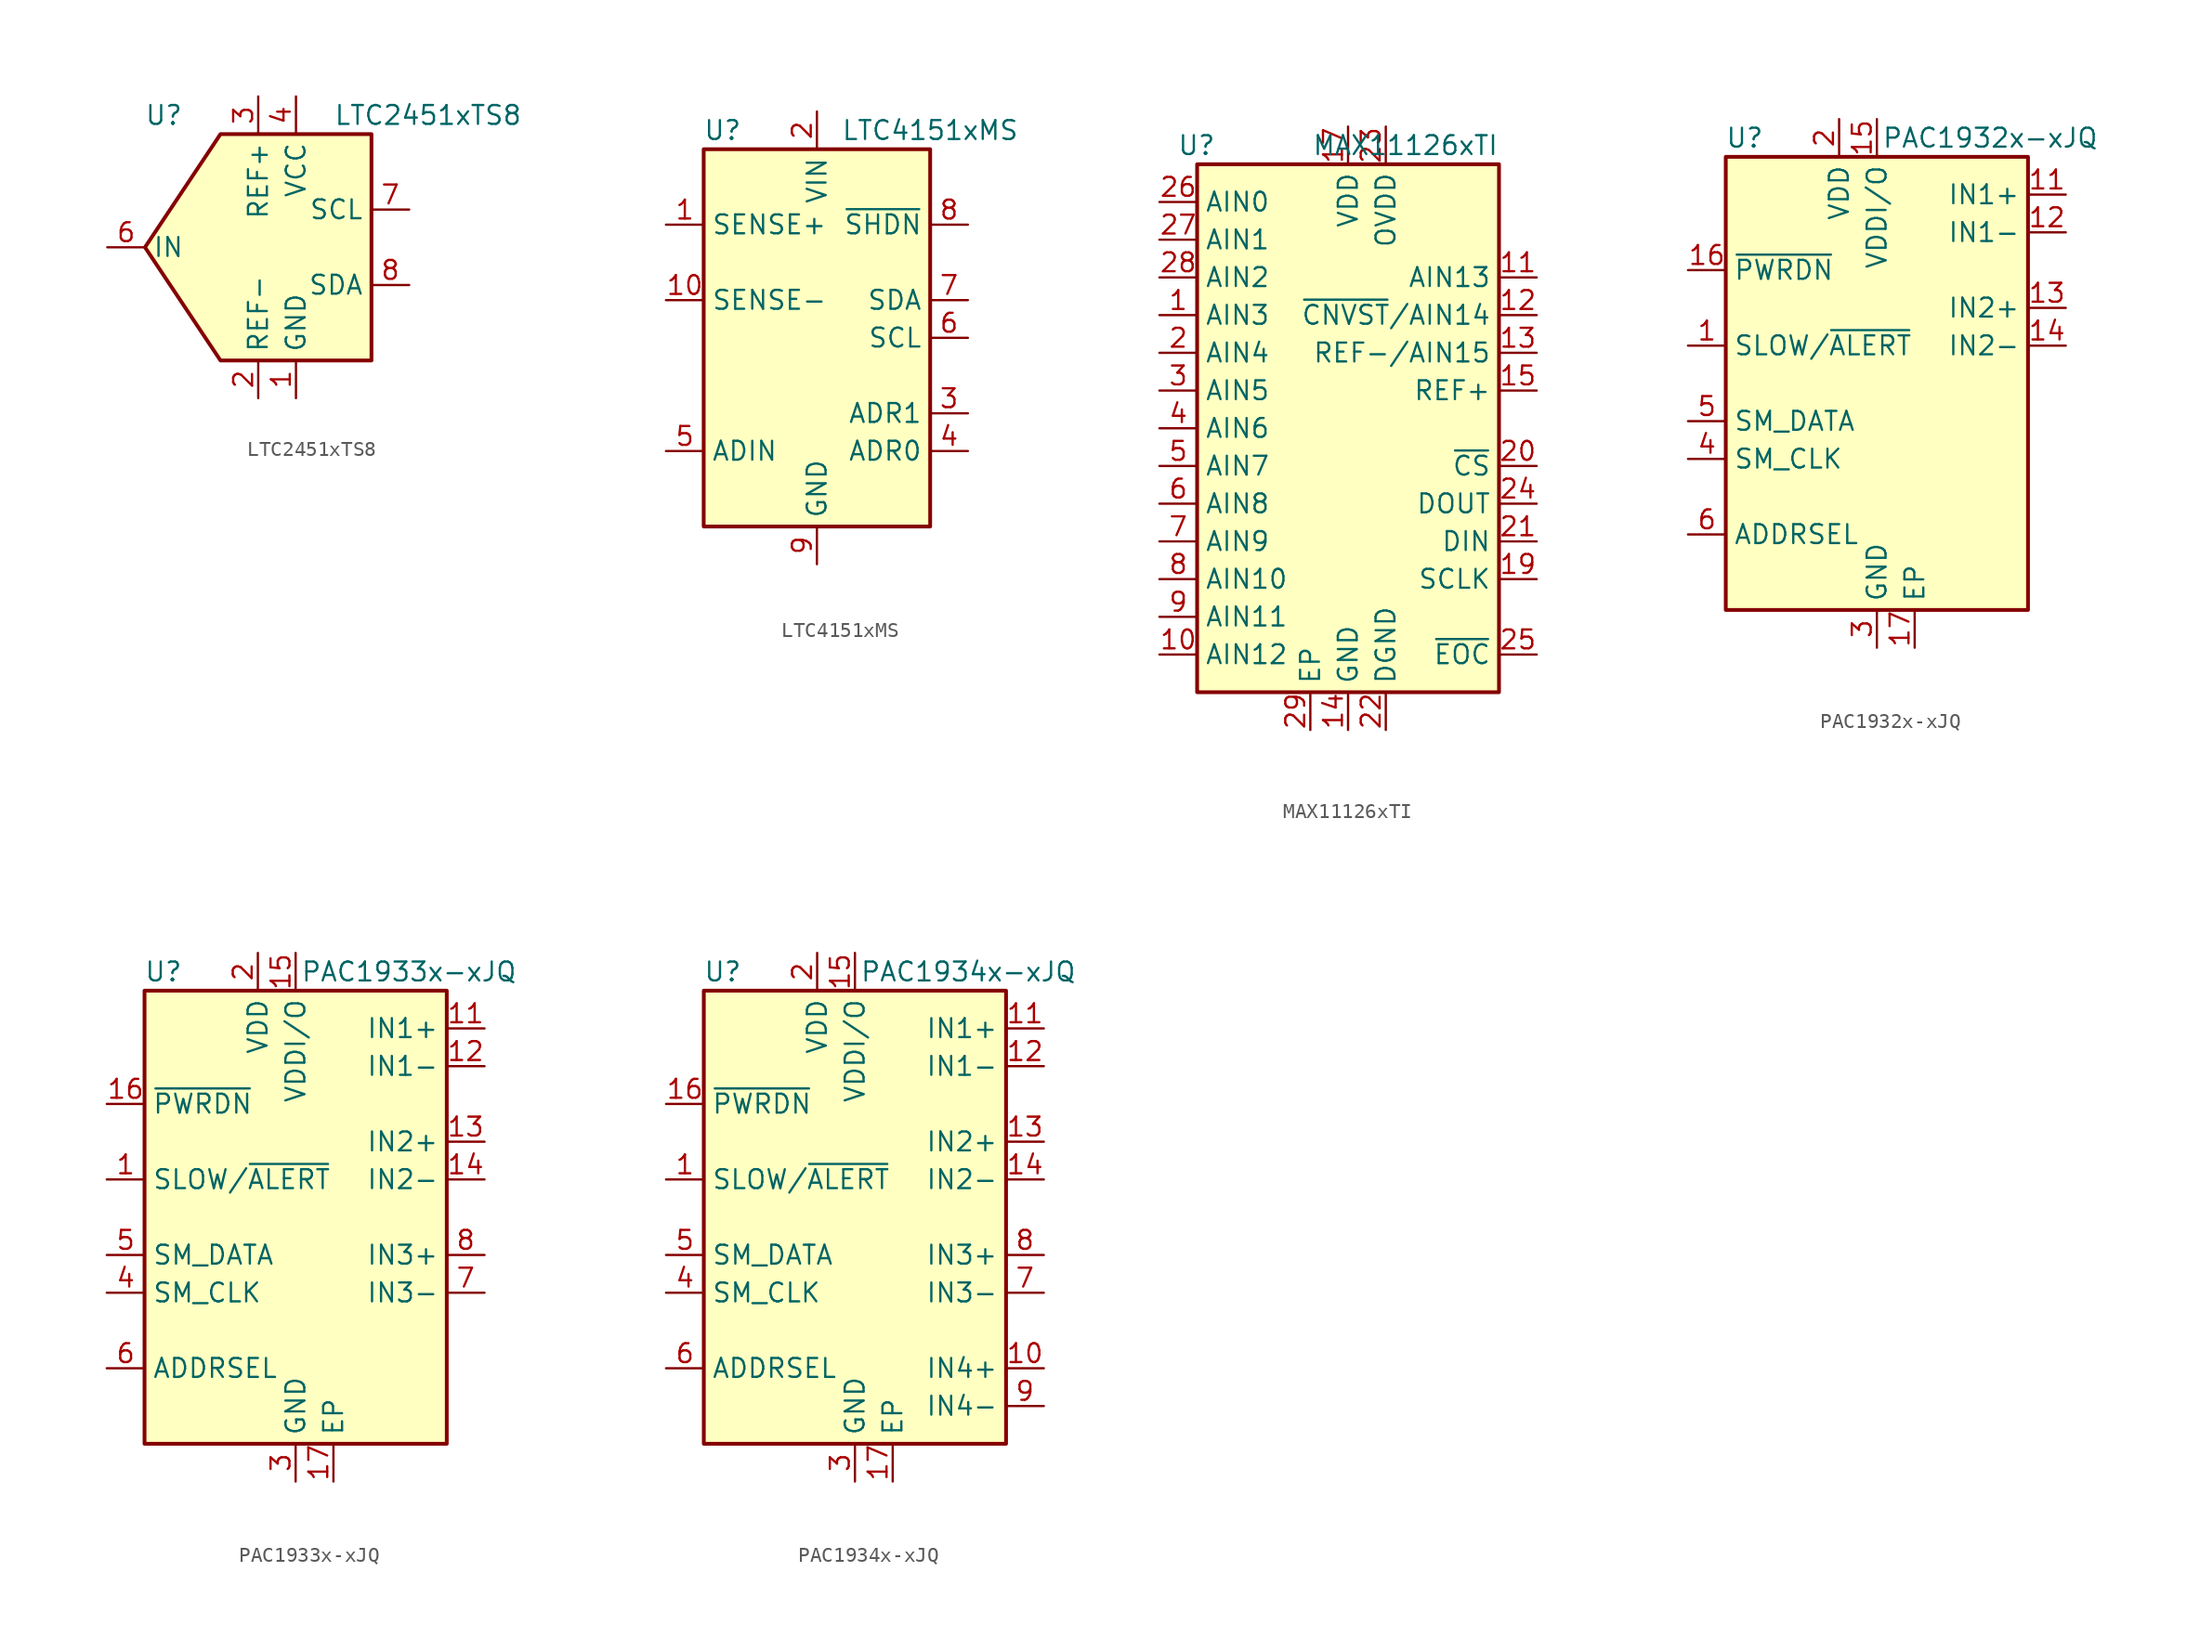
<source format=kicad_sym>
(kicad_symbol_lib
  (version 20201005)
  (generator kicad_symbol_editor)
  (symbol "LTC2451xTS8"
    (property "Reference" "U"
      (at -6.35 8.89 0)
      (effects (font (size 1.27 1.27))))
    (property "Value" "LTC2451xTS8"
      (at 11.43 8.89 0)
      (effects (font (size 1.27 1.27))))
    (symbol "LTC2451xTS8_1_1"
      (polyline (pts (xy -2.54 7.62) (xy 3.81 7.62) (xy 7.62 7.62) (xy 7.62 -7.62) (xy -2.54 -7.62) (xy -7.62 0) (xy -2.54 7.62)) (stroke (width 0.254)) (fill (type background)))
      (pin power_in line (at 2.54 -10.16 90) (length 2.54) (name "GND" (effects (font (size 1.27 1.27)))) (number "1" (effects (font (size 1.27 1.27)))))
      (pin power_in line (at 0 -10.16 90) (length 2.54) (name "REF-" (effects (font (size 1.27 1.27)))) (number "2" (effects (font (size 1.27 1.27)))))
      (pin power_in line (at 0 10.16 270) (length 2.54) (name "REF+" (effects (font (size 1.27 1.27)))) (number "3" (effects (font (size 1.27 1.27)))))
      (pin power_in line (at 2.54 10.16 270) (length 2.54) (name "VCC" (effects (font (size 1.27 1.27)))) (number "4" (effects (font (size 1.27 1.27)))))
      (pin passive line (at 2.54 -10.16 90) (length 2.54) hide (name "GND" (effects (font (size 1.27 1.27)))) (number "5" (effects (font (size 1.27 1.27)))))
      (pin input line (at -10.16 0 0) (length 2.54) (name "IN" (effects (font (size 1.27 1.27)))) (number "6" (effects (font (size 1.27 1.27)))))
      (pin input line (at 10.16 2.54 180) (length 2.54) (name "SCL" (effects (font (size 1.27 1.27)))) (number "7" (effects (font (size 1.27 1.27)))))
      (pin bidirectional line (at 10.16 -2.54 180) (length 2.54) (name "SDA" (effects (font (size 1.27 1.27)))) (number "8" (effects (font (size 1.27 1.27)))))))
  (symbol "LTC4151xMS"
    (property "Reference" "U"
      (at -6.35 13.97 0)
      (effects (font (size 1.27 1.27))))
    (property "Value" "LTC4151xMS"
      (at 7.62 13.97 0)
      (effects (font (size 1.27 1.27))))
    (symbol "LTC4151xMS_0_1"
      (rectangle (start -7.62 12.7) (end 7.62 -12.7) (stroke (width 0.254)) (fill (type background))))
    (symbol "LTC4151xMS_1_1"
      (pin input line (at -10.16 7.62 0) (length 2.54) (name "SENSE+" (effects (font (size 1.27 1.27)))) (number "1" (effects (font (size 1.27 1.27)))))
      (pin input line (at -10.16 2.54 0) (length 2.54) (name "SENSE-" (effects (font (size 1.27 1.27)))) (number "10" (effects (font (size 1.27 1.27)))))
      (pin power_in line (at 0 15.24 270) (length 2.54) (name "VIN" (effects (font (size 1.27 1.27)))) (number "2" (effects (font (size 1.27 1.27)))))
      (pin input line (at 10.16 -5.08 180) (length 2.54) (name "ADR1" (effects (font (size 1.27 1.27)))) (number "3" (effects (font (size 1.27 1.27)))))
      (pin input line (at 10.16 -7.62 180) (length 2.54) (name "ADR0" (effects (font (size 1.27 1.27)))) (number "4" (effects (font (size 1.27 1.27)))))
      (pin input line (at -10.16 -7.62 0) (length 2.54) (name "ADIN" (effects (font (size 1.27 1.27)))) (number "5" (effects (font (size 1.27 1.27)))))
      (pin input line (at 10.16 0 180) (length 2.54) (name "SCL" (effects (font (size 1.27 1.27)))) (number "6" (effects (font (size 1.27 1.27)))))
      (pin bidirectional line (at 10.16 2.54 180) (length 2.54) (name "SDA" (effects (font (size 1.27 1.27)))) (number "7" (effects (font (size 1.27 1.27)))))
      (pin input line (at 10.16 7.62 180) (length 2.54) (name "~SHDN" (effects (font (size 1.27 1.27)))) (number "8" (effects (font (size 1.27 1.27)))))
      (pin power_in line (at 0 -15.24 90) (length 2.54) (name "GND" (effects (font (size 1.27 1.27)))) (number "9" (effects (font (size 1.27 1.27)))))))
  (symbol "MAX11126xTI"
    (property "Reference" "U"
      (at -8.89 19.05 0)
      (effects (font (size 1.27 1.27)) (justify right)))
    (property "Value" "MAX11126xTI"
      (at 10.16 19.05 0)
      (effects (font (size 1.27 1.27)) (justify right)))
    (symbol "MAX11126xTI_0_1"
      (rectangle (start 10.16 17.78) (end -10.16 -17.78) (stroke (width 0.254)) (fill (type background))))
    (symbol "MAX11126xTI_1_1"
      (pin input line (at -12.7 7.62 0) (length 2.54) (name "AIN3" (effects (font (size 1.27 1.27)))) (number "1" (effects (font (size 1.27 1.27)))))
      (pin input line (at -12.7 -15.24 0) (length 2.54) (name "AIN12" (effects (font (size 1.27 1.27)))) (number "10" (effects (font (size 1.27 1.27)))))
      (pin input line (at 12.7 10.16 180) (length 2.54) (name "AIN13" (effects (font (size 1.27 1.27)))) (number "11" (effects (font (size 1.27 1.27)))))
      (pin input line (at 12.7 7.62 180) (length 2.54) (name "~CNVST~/AIN14" (effects (font (size 1.27 1.27)))) (number "12" (effects (font (size 1.27 1.27)))))
      (pin input line (at 12.7 5.08 180) (length 2.54) (name "REF-/AIN15" (effects (font (size 1.27 1.27)))) (number "13" (effects (font (size 1.27 1.27)))))
      (pin power_in line (at 0 -20.32 90) (length 2.54) (name "GND" (effects (font (size 1.27 1.27)))) (number "14" (effects (font (size 1.27 1.27)))))
      (pin input line (at 12.7 2.54 180) (length 2.54) (name "REF+" (effects (font (size 1.27 1.27)))) (number "15" (effects (font (size 1.27 1.27)))))
      (pin passive line (at 0 -20.32 90) (length 2.54) hide (name "GND" (effects (font (size 1.27 1.27)))) (number "16" (effects (font (size 1.27 1.27)))))
      (pin power_in line (at 0 20.32 270) (length 2.54) (name "VDD" (effects (font (size 1.27 1.27)))) (number "17" (effects (font (size 1.27 1.27)))))
      (pin passive line (at 0 20.32 270) (length 2.54) hide (name "VDD" (effects (font (size 1.27 1.27)))) (number "18" (effects (font (size 1.27 1.27)))))
      (pin input line (at 12.7 -10.16 180) (length 2.54) (name "SCLK" (effects (font (size 1.27 1.27)))) (number "19" (effects (font (size 1.27 1.27)))))
      (pin input line (at -12.7 5.08 0) (length 2.54) (name "AIN4" (effects (font (size 1.27 1.27)))) (number "2" (effects (font (size 1.27 1.27)))))
      (pin input line (at 12.7 -2.54 180) (length 2.54) (name "~CS" (effects (font (size 1.27 1.27)))) (number "20" (effects (font (size 1.27 1.27)))))
      (pin input line (at 12.7 -7.62 180) (length 2.54) (name "DIN" (effects (font (size 1.27 1.27)))) (number "21" (effects (font (size 1.27 1.27)))))
      (pin power_in line (at 2.54 -20.32 90) (length 2.54) (name "DGND" (effects (font (size 1.27 1.27)))) (number "22" (effects (font (size 1.27 1.27)))))
      (pin power_in line (at 2.54 20.32 270) (length 2.54) (name "OVDD" (effects (font (size 1.27 1.27)))) (number "23" (effects (font (size 1.27 1.27)))))
      (pin output line (at 12.7 -5.08 180) (length 2.54) (name "DOUT" (effects (font (size 1.27 1.27)))) (number "24" (effects (font (size 1.27 1.27)))))
      (pin output line (at 12.7 -15.24 180) (length 2.54) (name "~EOC" (effects (font (size 1.27 1.27)))) (number "25" (effects (font (size 1.27 1.27)))))
      (pin input line (at -12.7 15.24 0) (length 2.54) (name "AIN0" (effects (font (size 1.27 1.27)))) (number "26" (effects (font (size 1.27 1.27)))))
      (pin input line (at -12.7 12.7 0) (length 2.54) (name "AIN1" (effects (font (size 1.27 1.27)))) (number "27" (effects (font (size 1.27 1.27)))))
      (pin input line (at -12.7 10.16 0) (length 2.54) (name "AIN2" (effects (font (size 1.27 1.27)))) (number "28" (effects (font (size 1.27 1.27)))))
      (pin power_in line (at -2.54 -20.32 90) (length 2.54) (name "EP" (effects (font (size 1.27 1.27)))) (number "29" (effects (font (size 1.27 1.27)))))
      (pin input line (at -12.7 2.54 0) (length 2.54) (name "AIN5" (effects (font (size 1.27 1.27)))) (number "3" (effects (font (size 1.27 1.27)))))
      (pin input line (at -12.7 0 0) (length 2.54) (name "AIN6" (effects (font (size 1.27 1.27)))) (number "4" (effects (font (size 1.27 1.27)))))
      (pin input line (at -12.7 -2.54 0) (length 2.54) (name "AIN7" (effects (font (size 1.27 1.27)))) (number "5" (effects (font (size 1.27 1.27)))))
      (pin input line (at -12.7 -5.08 0) (length 2.54) (name "AIN8" (effects (font (size 1.27 1.27)))) (number "6" (effects (font (size 1.27 1.27)))))
      (pin input line (at -12.7 -7.62 0) (length 2.54) (name "AIN9" (effects (font (size 1.27 1.27)))) (number "7" (effects (font (size 1.27 1.27)))))
      (pin input line (at -12.7 -10.16 0) (length 2.54) (name "AIN10" (effects (font (size 1.27 1.27)))) (number "8" (effects (font (size 1.27 1.27)))))
      (pin input line (at -12.7 -12.7 0) (length 2.54) (name "AIN11" (effects (font (size 1.27 1.27)))) (number "9" (effects (font (size 1.27 1.27)))))))
  (symbol "PAC1932x-xJQ"
    (property "Reference" "U"
      (at -8.89 16.51 0)
      (effects (font (size 1.27 1.27))))
    (property "Value" "PAC1932x-xJQ"
      (at 7.62 16.51 0)
      (effects (font (size 1.27 1.27))))
    (symbol "PAC1932x-xJQ_0_1"
      (rectangle (start -10.16 15.24) (end 10.16 -15.24) (stroke (width 0.254)) (fill (type background))))
    (symbol "PAC1932x-xJQ_1_1"
      (pin open_collector line (at -12.7 2.54 0) (length 2.54) (name "SLOW/~ALERT" (effects (font (size 1.27 1.27)))) (number "1" (effects (font (size 1.27 1.27)))))
      (pin passive line (at 0 -17.78 90) (length 2.54) hide (name "GND" (effects (font (size 1.27 1.27)))) (number "10" (effects (font (size 1.27 1.27)))))
      (pin input line (at 12.7 12.7 180) (length 2.54) (name "IN1+" (effects (font (size 1.27 1.27)))) (number "11" (effects (font (size 1.27 1.27)))))
      (pin input line (at 12.7 10.16 180) (length 2.54) (name "IN1-" (effects (font (size 1.27 1.27)))) (number "12" (effects (font (size 1.27 1.27)))))
      (pin input line (at 12.7 5.08 180) (length 2.54) (name "IN2+" (effects (font (size 1.27 1.27)))) (number "13" (effects (font (size 1.27 1.27)))))
      (pin input line (at 12.7 2.54 180) (length 2.54) (name "IN2-" (effects (font (size 1.27 1.27)))) (number "14" (effects (font (size 1.27 1.27)))))
      (pin power_in line (at 0 17.78 270) (length 2.54) (name "VDDI/O" (effects (font (size 1.27 1.27)))) (number "15" (effects (font (size 1.27 1.27)))))
      (pin input line (at -12.7 7.62 0) (length 2.54) (name "~PWRDN" (effects (font (size 1.27 1.27)))) (number "16" (effects (font (size 1.27 1.27)))))
      (pin power_in line (at 2.54 -17.78 90) (length 2.54) (name "EP" (effects (font (size 1.27 1.27)))) (number "17" (effects (font (size 1.27 1.27)))))
      (pin power_in line (at -2.54 17.78 270) (length 2.54) (name "VDD" (effects (font (size 1.27 1.27)))) (number "2" (effects (font (size 1.27 1.27)))))
      (pin power_in line (at 0 -17.78 90) (length 2.54) (name "GND" (effects (font (size 1.27 1.27)))) (number "3" (effects (font (size 1.27 1.27)))))
      (pin input line (at -12.7 -5.08 0) (length 2.54) (name "SM_CLK" (effects (font (size 1.27 1.27)))) (number "4" (effects (font (size 1.27 1.27)))))
      (pin bidirectional line (at -12.7 -2.54 0) (length 2.54) (name "SM_DATA" (effects (font (size 1.27 1.27)))) (number "5" (effects (font (size 1.27 1.27)))))
      (pin passive line (at -12.7 -10.16 0) (length 2.54) (name "ADDRSEL" (effects (font (size 1.27 1.27)))) (number "6" (effects (font (size 1.27 1.27)))))
      (pin passive line (at 0 -17.78 90) (length 2.54) hide (name "GND" (effects (font (size 1.27 1.27)))) (number "7" (effects (font (size 1.27 1.27)))))
      (pin passive line (at 0 -17.78 90) (length 2.54) hide (name "GND" (effects (font (size 1.27 1.27)))) (number "8" (effects (font (size 1.27 1.27)))))
      (pin passive line (at 0 -17.78 90) (length 2.54) hide (name "GND" (effects (font (size 1.27 1.27)))) (number "9" (effects (font (size 1.27 1.27)))))))
  (symbol "PAC1933x-xJQ"
    (property "Reference" "U"
      (at -8.89 16.51 0)
      (effects (font (size 1.27 1.27))))
    (property "Value" "PAC1933x-xJQ"
      (at 7.62 16.51 0)
      (effects (font (size 1.27 1.27))))
    (symbol "PAC1933x-xJQ_0_1"
      (rectangle (start -10.16 15.24) (end 10.16 -15.24) (stroke (width 0.254)) (fill (type background))))
    (symbol "PAC1933x-xJQ_1_1"
      (pin open_collector line (at -12.7 2.54 0) (length 2.54) (name "SLOW/~ALERT" (effects (font (size 1.27 1.27)))) (number "1" (effects (font (size 1.27 1.27)))))
      (pin passive line (at 0 -17.78 90) (length 2.54) hide (name "GND" (effects (font (size 1.27 1.27)))) (number "10" (effects (font (size 1.27 1.27)))))
      (pin input line (at 12.7 12.7 180) (length 2.54) (name "IN1+" (effects (font (size 1.27 1.27)))) (number "11" (effects (font (size 1.27 1.27)))))
      (pin input line (at 12.7 10.16 180) (length 2.54) (name "IN1-" (effects (font (size 1.27 1.27)))) (number "12" (effects (font (size 1.27 1.27)))))
      (pin input line (at 12.7 5.08 180) (length 2.54) (name "IN2+" (effects (font (size 1.27 1.27)))) (number "13" (effects (font (size 1.27 1.27)))))
      (pin input line (at 12.7 2.54 180) (length 2.54) (name "IN2-" (effects (font (size 1.27 1.27)))) (number "14" (effects (font (size 1.27 1.27)))))
      (pin power_in line (at 0 17.78 270) (length 2.54) (name "VDDI/O" (effects (font (size 1.27 1.27)))) (number "15" (effects (font (size 1.27 1.27)))))
      (pin input line (at -12.7 7.62 0) (length 2.54) (name "~PWRDN" (effects (font (size 1.27 1.27)))) (number "16" (effects (font (size 1.27 1.27)))))
      (pin power_in line (at 2.54 -17.78 90) (length 2.54) (name "EP" (effects (font (size 1.27 1.27)))) (number "17" (effects (font (size 1.27 1.27)))))
      (pin power_in line (at -2.54 17.78 270) (length 2.54) (name "VDD" (effects (font (size 1.27 1.27)))) (number "2" (effects (font (size 1.27 1.27)))))
      (pin power_in line (at 0 -17.78 90) (length 2.54) (name "GND" (effects (font (size 1.27 1.27)))) (number "3" (effects (font (size 1.27 1.27)))))
      (pin input line (at -12.7 -5.08 0) (length 2.54) (name "SM_CLK" (effects (font (size 1.27 1.27)))) (number "4" (effects (font (size 1.27 1.27)))))
      (pin bidirectional line (at -12.7 -2.54 0) (length 2.54) (name "SM_DATA" (effects (font (size 1.27 1.27)))) (number "5" (effects (font (size 1.27 1.27)))))
      (pin passive line (at -12.7 -10.16 0) (length 2.54) (name "ADDRSEL" (effects (font (size 1.27 1.27)))) (number "6" (effects (font (size 1.27 1.27)))))
      (pin input line (at 12.7 -5.08 180) (length 2.54) (name "IN3-" (effects (font (size 1.27 1.27)))) (number "7" (effects (font (size 1.27 1.27)))))
      (pin input line (at 12.7 -2.54 180) (length 2.54) (name "IN3+" (effects (font (size 1.27 1.27)))) (number "8" (effects (font (size 1.27 1.27)))))
      (pin passive line (at 0 -17.78 90) (length 2.54) hide (name "GND" (effects (font (size 1.27 1.27)))) (number "9" (effects (font (size 1.27 1.27)))))))
  (symbol "PAC1934x-xJQ"
    (property "Reference" "U"
      (at -8.89 16.51 0)
      (effects (font (size 1.27 1.27))))
    (property "Value" "PAC1934x-xJQ"
      (at 7.62 16.51 0)
      (effects (font (size 1.27 1.27))))
    (symbol "PAC1934x-xJQ_0_1"
      (rectangle (start -10.16 15.24) (end 10.16 -15.24) (stroke (width 0.254)) (fill (type background))))
    (symbol "PAC1934x-xJQ_1_1"
      (pin open_collector line (at -12.7 2.54 0) (length 2.54) (name "SLOW/~ALERT" (effects (font (size 1.27 1.27)))) (number "1" (effects (font (size 1.27 1.27)))))
      (pin input line (at 12.7 -10.16 180) (length 2.54) (name "IN4+" (effects (font (size 1.27 1.27)))) (number "10" (effects (font (size 1.27 1.27)))))
      (pin input line (at 12.7 12.7 180) (length 2.54) (name "IN1+" (effects (font (size 1.27 1.27)))) (number "11" (effects (font (size 1.27 1.27)))))
      (pin input line (at 12.7 10.16 180) (length 2.54) (name "IN1-" (effects (font (size 1.27 1.27)))) (number "12" (effects (font (size 1.27 1.27)))))
      (pin input line (at 12.7 5.08 180) (length 2.54) (name "IN2+" (effects (font (size 1.27 1.27)))) (number "13" (effects (font (size 1.27 1.27)))))
      (pin input line (at 12.7 2.54 180) (length 2.54) (name "IN2-" (effects (font (size 1.27 1.27)))) (number "14" (effects (font (size 1.27 1.27)))))
      (pin power_in line (at 0 17.78 270) (length 2.54) (name "VDDI/O" (effects (font (size 1.27 1.27)))) (number "15" (effects (font (size 1.27 1.27)))))
      (pin input line (at -12.7 7.62 0) (length 2.54) (name "~PWRDN" (effects (font (size 1.27 1.27)))) (number "16" (effects (font (size 1.27 1.27)))))
      (pin power_in line (at 2.54 -17.78 90) (length 2.54) (name "EP" (effects (font (size 1.27 1.27)))) (number "17" (effects (font (size 1.27 1.27)))))
      (pin power_in line (at -2.54 17.78 270) (length 2.54) (name "VDD" (effects (font (size 1.27 1.27)))) (number "2" (effects (font (size 1.27 1.27)))))
      (pin power_in line (at 0 -17.78 90) (length 2.54) (name "GND" (effects (font (size 1.27 1.27)))) (number "3" (effects (font (size 1.27 1.27)))))
      (pin input line (at -12.7 -5.08 0) (length 2.54) (name "SM_CLK" (effects (font (size 1.27 1.27)))) (number "4" (effects (font (size 1.27 1.27)))))
      (pin bidirectional line (at -12.7 -2.54 0) (length 2.54) (name "SM_DATA" (effects (font (size 1.27 1.27)))) (number "5" (effects (font (size 1.27 1.27)))))
      (pin passive line (at -12.7 -10.16 0) (length 2.54) (name "ADDRSEL" (effects (font (size 1.27 1.27)))) (number "6" (effects (font (size 1.27 1.27)))))
      (pin input line (at 12.7 -5.08 180) (length 2.54) (name "IN3-" (effects (font (size 1.27 1.27)))) (number "7" (effects (font (size 1.27 1.27)))))
      (pin input line (at 12.7 -2.54 180) (length 2.54) (name "IN3+" (effects (font (size 1.27 1.27)))) (number "8" (effects (font (size 1.27 1.27)))))
      (pin input line (at 12.7 -12.7 180) (length 2.54) (name "IN4-" (effects (font (size 1.27 1.27)))) (number "9" (effects (font (size 1.27 1.27))))))))
</source>
